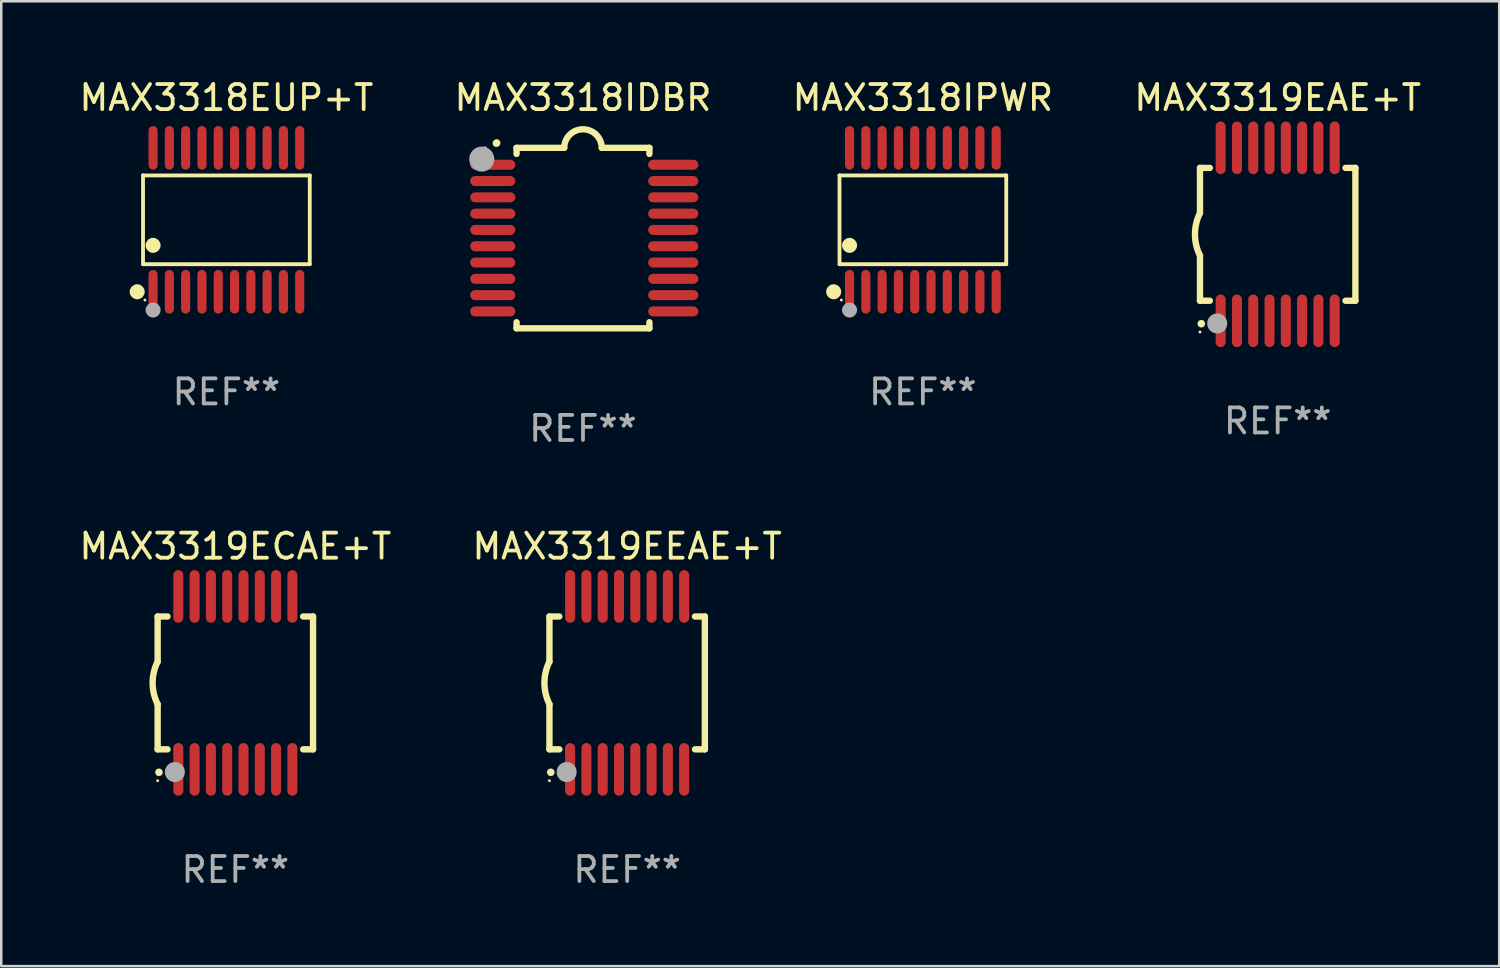
<source format=kicad_pcb>
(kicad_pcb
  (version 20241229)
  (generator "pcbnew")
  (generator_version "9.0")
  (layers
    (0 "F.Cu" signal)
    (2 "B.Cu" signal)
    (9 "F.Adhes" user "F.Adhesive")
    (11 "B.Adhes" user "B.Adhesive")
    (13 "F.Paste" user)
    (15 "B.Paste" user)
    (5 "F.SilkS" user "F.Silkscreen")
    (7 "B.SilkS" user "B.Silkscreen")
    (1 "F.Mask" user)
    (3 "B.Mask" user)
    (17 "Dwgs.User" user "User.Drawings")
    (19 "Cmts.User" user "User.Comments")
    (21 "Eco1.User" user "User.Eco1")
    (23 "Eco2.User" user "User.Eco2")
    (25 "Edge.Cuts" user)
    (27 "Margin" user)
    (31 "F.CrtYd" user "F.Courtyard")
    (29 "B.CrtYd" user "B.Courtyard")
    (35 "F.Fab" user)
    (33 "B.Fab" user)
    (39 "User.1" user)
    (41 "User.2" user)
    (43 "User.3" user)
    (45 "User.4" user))
  (footprint "MAX3319EEAE+T"
    (layer "F.Cu")
    (at 21.97 24.195)
    (property "Reference" "MAX3319EEAE+T" (at 0 -5.45 0) (layer "F.SilkS") (effects (font (size 1 1) (thickness 0.15))))
    (attr through_hole)
    (fp_line (start -3.1 -2.65) (end -3.1 -0.85) (stroke (width 0.254) (type solid)) (layer "F.SilkS"))
    (fp_line (start -3.1 -2.65) (end -2.706 -2.65) (stroke (width 0.254) (type solid)) (layer "F.SilkS"))
    (fp_line (start -3.1 2.65) (end -3.1 0.85) (stroke (width 0.254) (type solid)) (layer "F.SilkS"))
    (fp_line (start -3.1 2.65) (end -2.706 2.65) (stroke (width 0.254) (type solid)) (layer "F.SilkS"))
    (fp_line (start 2.706 -2.65) (end 3.1 -2.65) (stroke (width 0.254) (type solid)) (layer "F.SilkS"))
    (fp_line (start 2.706 2.65) (end 3.1 2.65) (stroke (width 0.254) (type solid)) (layer "F.SilkS"))
    (fp_line (start 3.1 -2.65) (end 3.1 2.65) (stroke (width 0.254) (type solid)) (layer "F.SilkS"))
    (fp_arc (start -3.098907 0.850902) (mid -3.300057 0.000523) (end -3.1 -0.850114) (stroke (width 0.254001) (type solid)) (layer "F.SilkS"))
    (fp_arc (start -3.048006 3.566066) (mid -3.046736 3.566061) (end -3.045466 3.566066) (stroke (width 0.3) (type solid)) (layer "F.SilkS"))
    (fp_circle (center -3.1 3.9) (end -3.07 3.9) (stroke (width 0.06) (type solid)) (fill no) (layer "F.SilkS"))
    (fp_circle (center -2.413 3.556) (end -2.213 3.556) (stroke (width 0.4) (type solid)) (fill no) (layer "F.Fab"))
    (fp_text user "REF**" (at 0 7.45 0) (layer "F.Fab") (effects (font (size 1 1) (thickness 0.15))))
    (pad "1" smd oval (at -2.275 3.45 180) (size 0.4 2.1) (layers "F.Cu" "F.Mask" "F.Paste"))
    (pad "2" smd oval (at -1.625 3.45 180) (size 0.4 2.1) (layers "F.Cu" "F.Mask" "F.Paste"))
    (pad "3" smd oval (at -0.975 3.45 180) (size 0.4 2.1) (layers "F.Cu" "F.Mask" "F.Paste"))
    (pad "4" smd oval (at -0.325 3.45 180) (size 0.4 2.1) (layers "F.Cu" "F.Mask" "F.Paste"))
    (pad "5" smd oval (at 0.325 3.45 180) (size 0.4 2.1) (layers "F.Cu" "F.Mask" "F.Paste"))
    (pad "6" smd oval (at 0.975 3.45 180) (size 0.4 2.1) (layers "F.Cu" "F.Mask" "F.Paste"))
    (pad "7" smd oval (at 1.625 3.45 180) (size 0.4 2.1) (layers "F.Cu" "F.Mask" "F.Paste"))
    (pad "8" smd oval (at 2.275 3.45 180) (size 0.4 2.1) (layers "F.Cu" "F.Mask" "F.Paste"))
    (pad "9" smd oval (at 2.275 -3.45 180) (size 0.4 2.1) (layers "F.Cu" "F.Mask" "F.Paste"))
    (pad "10" smd oval (at 1.625 -3.45 180) (size 0.4 2.1) (layers "F.Cu" "F.Mask" "F.Paste"))
    (pad "11" smd oval (at 0.975 -3.45 180) (size 0.4 2.1) (layers "F.Cu" "F.Mask" "F.Paste"))
    (pad "12" smd oval (at 0.325 -3.45 180) (size 0.4 2.1) (layers "F.Cu" "F.Mask" "F.Paste"))
    (pad "13" smd oval (at -0.325 -3.45 180) (size 0.4 2.1) (layers "F.Cu" "F.Mask" "F.Paste"))
    (pad "14" smd oval (at -0.975 -3.45 180) (size 0.4 2.1) (layers "F.Cu" "F.Mask" "F.Paste"))
    (pad "15" smd oval (at -1.625 -3.45 180) (size 0.4 2.1) (layers "F.Cu" "F.Mask" "F.Paste"))
    (pad "16" smd oval (at -2.275 -3.45 180) (size 0.4 2.1) (layers "F.Cu" "F.Mask" "F.Paste")))
  (footprint "MAX3318IPWR"
    (layer "F.Cu")
    (at 33.768 5.719)
    (property "Reference" "MAX3318IPWR" (at 0 -4.871 0) (layer "F.SilkS") (effects (font (size 1 1) (thickness 0.15))))
    (attr through_hole)
    (fp_line (start -3.326 -1.771) (end 3.326 -1.771) (stroke (width 0.152) (type solid)) (layer "F.SilkS"))
    (fp_line (start -3.326 1.771) (end -3.326 -1.771) (stroke (width 0.152) (type solid)) (layer "F.SilkS"))
    (fp_line (start 3.326 -1.771) (end 3.326 1.771) (stroke (width 0.152) (type solid)) (layer "F.SilkS"))
    (fp_line (start 3.326 1.771) (end -3.326 1.771) (stroke (width 0.152) (type solid)) (layer "F.SilkS"))
    (fp_circle (center -3.559 2.871) (end -3.409 2.871) (stroke (width 0.3) (type solid)) (fill no) (layer "F.SilkS"))
    (fp_circle (center -3.25 3.2) (end -3.22 3.2) (stroke (width 0.06) (type solid)) (fill no) (layer "F.SilkS"))
    (fp_circle (center -2.925 1.019) (end -2.775 1.019) (stroke (width 0.3) (type solid)) (fill no) (layer "F.SilkS"))
    (fp_circle (center -2.925 3.6) (end -2.775 3.6) (stroke (width 0.3) (type solid)) (fill no) (layer "F.Fab"))
    (fp_text user "REF**" (at 0 6.871 0) (layer "F.Fab") (effects (font (size 1 1) (thickness 0.15))))
    (pad "1" smd oval (at -2.925 2.871) (size 0.364 1.742) (layers "F.Cu" "F.Mask" "F.Paste"))
    (pad "2" smd oval (at -2.275 2.871) (size 0.364 1.742) (layers "F.Cu" "F.Mask" "F.Paste"))
    (pad "3" smd oval (at -1.625 2.871) (size 0.364 1.742) (layers "F.Cu" "F.Mask" "F.Paste"))
    (pad "4" smd oval (at -0.975 2.871) (size 0.364 1.742) (layers "F.Cu" "F.Mask" "F.Paste"))
    (pad "5" smd oval (at -0.325 2.871) (size 0.364 1.742) (layers "F.Cu" "F.Mask" "F.Paste"))
    (pad "6" smd oval (at 0.325 2.871) (size 0.364 1.742) (layers "F.Cu" "F.Mask" "F.Paste"))
    (pad "7" smd oval (at 0.975 2.871) (size 0.364 1.742) (layers "F.Cu" "F.Mask" "F.Paste"))
    (pad "8" smd oval (at 1.625 2.871) (size 0.364 1.742) (layers "F.Cu" "F.Mask" "F.Paste"))
    (pad "9" smd oval (at 2.275 2.871) (size 0.364 1.742) (layers "F.Cu" "F.Mask" "F.Paste"))
    (pad "10" smd oval (at 2.925 2.871) (size 0.364 1.742) (layers "F.Cu" "F.Mask" "F.Paste"))
    (pad "11" smd oval (at 2.925 -2.871) (size 0.364 1.742) (layers "F.Cu" "F.Mask" "F.Paste"))
    (pad "12" smd oval (at 2.275 -2.871) (size 0.364 1.742) (layers "F.Cu" "F.Mask" "F.Paste"))
    (pad "13" smd oval (at 1.625 -2.871) (size 0.364 1.742) (layers "F.Cu" "F.Mask" "F.Paste"))
    (pad "14" smd oval (at 0.975 -2.871) (size 0.364 1.742) (layers "F.Cu" "F.Mask" "F.Paste"))
    (pad "15" smd oval (at 0.325 -2.871) (size 0.364 1.742) (layers "F.Cu" "F.Mask" "F.Paste"))
    (pad "16" smd oval (at -0.325 -2.871) (size 0.364 1.742) (layers "F.Cu" "F.Mask" "F.Paste"))
    (pad "17" smd oval (at -0.975 -2.871) (size 0.364 1.742) (layers "F.Cu" "F.Mask" "F.Paste"))
    (pad "18" smd oval (at -1.625 -2.871) (size 0.364 1.742) (layers "F.Cu" "F.Mask" "F.Paste"))
    (pad "19" smd oval (at -2.275 -2.871) (size 0.364 1.742) (layers "F.Cu" "F.Mask" "F.Paste"))
    (pad "20" smd oval (at -2.925 -2.871) (size 0.364 1.742) (layers "F.Cu" "F.Mask" "F.Paste")))
  (footprint "MAX3319ECAE+T"
    (layer "F.Cu")
    (at 6.339 24.195)
    (property "Reference" "MAX3319ECAE+T" (at 0 -5.45 0) (layer "F.SilkS") (effects (font (size 1 1) (thickness 0.15))))
    (attr through_hole)
    (fp_line (start -3.1 -2.65) (end -3.1 -0.85) (stroke (width 0.254) (type solid)) (layer "F.SilkS"))
    (fp_line (start -3.1 -2.65) (end -2.706 -2.65) (stroke (width 0.254) (type solid)) (layer "F.SilkS"))
    (fp_line (start -3.1 2.65) (end -3.1 0.85) (stroke (width 0.254) (type solid)) (layer "F.SilkS"))
    (fp_line (start -3.1 2.65) (end -2.706 2.65) (stroke (width 0.254) (type solid)) (layer "F.SilkS"))
    (fp_line (start 2.706 -2.65) (end 3.1 -2.65) (stroke (width 0.254) (type solid)) (layer "F.SilkS"))
    (fp_line (start 2.706 2.65) (end 3.1 2.65) (stroke (width 0.254) (type solid)) (layer "F.SilkS"))
    (fp_line (start 3.1 -2.65) (end 3.1 2.65) (stroke (width 0.254) (type solid)) (layer "F.SilkS"))
    (fp_arc (start -3.098907 0.850902) (mid -3.300057 0.000523) (end -3.1 -0.850114) (stroke (width 0.254001) (type solid)) (layer "F.SilkS"))
    (fp_arc (start -3.048006 3.566066) (mid -3.046736 3.566061) (end -3.045466 3.566066) (stroke (width 0.3) (type solid)) (layer "F.SilkS"))
    (fp_circle (center -3.1 3.9) (end -3.07 3.9) (stroke (width 0.06) (type solid)) (fill no) (layer "F.SilkS"))
    (fp_circle (center -2.413 3.556) (end -2.213 3.556) (stroke (width 0.4) (type solid)) (fill no) (layer "F.Fab"))
    (fp_text user "REF**" (at 0 7.45 0) (layer "F.Fab") (effects (font (size 1 1) (thickness 0.15))))
    (pad "1" smd oval (at -2.275 3.45 180) (size 0.4 2.1) (layers "F.Cu" "F.Mask" "F.Paste"))
    (pad "2" smd oval (at -1.625 3.45 180) (size 0.4 2.1) (layers "F.Cu" "F.Mask" "F.Paste"))
    (pad "3" smd oval (at -0.975 3.45 180) (size 0.4 2.1) (layers "F.Cu" "F.Mask" "F.Paste"))
    (pad "4" smd oval (at -0.325 3.45 180) (size 0.4 2.1) (layers "F.Cu" "F.Mask" "F.Paste"))
    (pad "5" smd oval (at 0.325 3.45 180) (size 0.4 2.1) (layers "F.Cu" "F.Mask" "F.Paste"))
    (pad "6" smd oval (at 0.975 3.45 180) (size 0.4 2.1) (layers "F.Cu" "F.Mask" "F.Paste"))
    (pad "7" smd oval (at 1.625 3.45 180) (size 0.4 2.1) (layers "F.Cu" "F.Mask" "F.Paste"))
    (pad "8" smd oval (at 2.275 3.45 180) (size 0.4 2.1) (layers "F.Cu" "F.Mask" "F.Paste"))
    (pad "9" smd oval (at 2.275 -3.45 180) (size 0.4 2.1) (layers "F.Cu" "F.Mask" "F.Paste"))
    (pad "10" smd oval (at 1.625 -3.45 180) (size 0.4 2.1) (layers "F.Cu" "F.Mask" "F.Paste"))
    (pad "11" smd oval (at 0.975 -3.45 180) (size 0.4 2.1) (layers "F.Cu" "F.Mask" "F.Paste"))
    (pad "12" smd oval (at 0.325 -3.45 180) (size 0.4 2.1) (layers "F.Cu" "F.Mask" "F.Paste"))
    (pad "13" smd oval (at -0.325 -3.45 180) (size 0.4 2.1) (layers "F.Cu" "F.Mask" "F.Paste"))
    (pad "14" smd oval (at -0.975 -3.45 180) (size 0.4 2.1) (layers "F.Cu" "F.Mask" "F.Paste"))
    (pad "15" smd oval (at -1.625 -3.45 180) (size 0.4 2.1) (layers "F.Cu" "F.Mask" "F.Paste"))
    (pad "16" smd oval (at -2.275 -3.45 180) (size 0.4 2.1) (layers "F.Cu" "F.Mask" "F.Paste")))
  (footprint "MAX3318EUP+T"
    (layer "F.Cu")
    (at 5.982 5.719)
    (property "Reference" "MAX3318EUP+T" (at 0 -4.871 0) (layer "F.SilkS") (effects (font (size 1 1) (thickness 0.15))))
    (attr through_hole)
    (fp_line (start -3.326 -1.771) (end 3.326 -1.771) (stroke (width 0.152) (type solid)) (layer "F.SilkS"))
    (fp_line (start -3.326 1.771) (end -3.326 -1.771) (stroke (width 0.152) (type solid)) (layer "F.SilkS"))
    (fp_line (start 3.326 -1.771) (end 3.326 1.771) (stroke (width 0.152) (type solid)) (layer "F.SilkS"))
    (fp_line (start 3.326 1.771) (end -3.326 1.771) (stroke (width 0.152) (type solid)) (layer "F.SilkS"))
    (fp_circle (center -3.559 2.871) (end -3.409 2.871) (stroke (width 0.3) (type solid)) (fill no) (layer "F.SilkS"))
    (fp_circle (center -3.25 3.2) (end -3.22 3.2) (stroke (width 0.06) (type solid)) (fill no) (layer "F.SilkS"))
    (fp_circle (center -2.925 1.019) (end -2.775 1.019) (stroke (width 0.3) (type solid)) (fill no) (layer "F.SilkS"))
    (fp_circle (center -2.925 3.6) (end -2.775 3.6) (stroke (width 0.3) (type solid)) (fill no) (layer "F.Fab"))
    (fp_text user "REF**" (at 0 6.871 0) (layer "F.Fab") (effects (font (size 1 1) (thickness 0.15))))
    (pad "1" smd oval (at -2.925 2.871) (size 0.364 1.742) (layers "F.Cu" "F.Mask" "F.Paste"))
    (pad "2" smd oval (at -2.275 2.871) (size 0.364 1.742) (layers "F.Cu" "F.Mask" "F.Paste"))
    (pad "3" smd oval (at -1.625 2.871) (size 0.364 1.742) (layers "F.Cu" "F.Mask" "F.Paste"))
    (pad "4" smd oval (at -0.975 2.871) (size 0.364 1.742) (layers "F.Cu" "F.Mask" "F.Paste"))
    (pad "5" smd oval (at -0.325 2.871) (size 0.364 1.742) (layers "F.Cu" "F.Mask" "F.Paste"))
    (pad "6" smd oval (at 0.325 2.871) (size 0.364 1.742) (layers "F.Cu" "F.Mask" "F.Paste"))
    (pad "7" smd oval (at 0.975 2.871) (size 0.364 1.742) (layers "F.Cu" "F.Mask" "F.Paste"))
    (pad "8" smd oval (at 1.625 2.871) (size 0.364 1.742) (layers "F.Cu" "F.Mask" "F.Paste"))
    (pad "9" smd oval (at 2.275 2.871) (size 0.364 1.742) (layers "F.Cu" "F.Mask" "F.Paste"))
    (pad "10" smd oval (at 2.925 2.871) (size 0.364 1.742) (layers "F.Cu" "F.Mask" "F.Paste"))
    (pad "11" smd oval (at 2.925 -2.871) (size 0.364 1.742) (layers "F.Cu" "F.Mask" "F.Paste"))
    (pad "12" smd oval (at 2.275 -2.871) (size 0.364 1.742) (layers "F.Cu" "F.Mask" "F.Paste"))
    (pad "13" smd oval (at 1.625 -2.871) (size 0.364 1.742) (layers "F.Cu" "F.Mask" "F.Paste"))
    (pad "14" smd oval (at 0.975 -2.871) (size 0.364 1.742) (layers "F.Cu" "F.Mask" "F.Paste"))
    (pad "15" smd oval (at 0.325 -2.871) (size 0.364 1.742) (layers "F.Cu" "F.Mask" "F.Paste"))
    (pad "16" smd oval (at -0.325 -2.871) (size 0.364 1.742) (layers "F.Cu" "F.Mask" "F.Paste"))
    (pad "17" smd oval (at -0.975 -2.871) (size 0.364 1.742) (layers "F.Cu" "F.Mask" "F.Paste"))
    (pad "18" smd oval (at -1.625 -2.871) (size 0.364 1.742) (layers "F.Cu" "F.Mask" "F.Paste"))
    (pad "19" smd oval (at -2.275 -2.871) (size 0.364 1.742) (layers "F.Cu" "F.Mask" "F.Paste"))
    (pad "20" smd oval (at -2.925 -2.871) (size 0.364 1.742) (layers "F.Cu" "F.Mask" "F.Paste")))
  (footprint "MAX3318IDBR"
    (layer "F.Cu")
    (at 20.208 6.448)
    (property "Reference" "MAX3318IDBR" (at 0 -5.6 0) (layer "F.SilkS") (effects (font (size 1 1) (thickness 0.15))))
    (attr through_hole)
    (fp_line (start -2.65 -3.6) (end -2.65 -3.357) (stroke (width 0.254) (type solid)) (layer "F.SilkS"))
    (fp_line (start -2.65 -3.6) (end -0.75 -3.6) (stroke (width 0.254) (type solid)) (layer "F.SilkS"))
    (fp_line (start -2.65 3.357) (end -2.65 3.6) (stroke (width 0.254) (type solid)) (layer "F.SilkS"))
    (fp_line (start 2.65 -3.6) (end 0.75 -3.6) (stroke (width 0.254) (type solid)) (layer "F.SilkS"))
    (fp_line (start 2.65 -3.6) (end 2.65 -3.357) (stroke (width 0.254) (type solid)) (layer "F.SilkS"))
    (fp_line (start 2.65 3.357) (end 2.65 3.6) (stroke (width 0.254) (type solid)) (layer "F.SilkS"))
    (fp_line (start 2.65 3.6) (end -2.65 3.6) (stroke (width 0.254) (type solid)) (layer "F.SilkS"))
    (fp_arc (start -3.454407 -3.784608) (mid -3.449499 -3.78986) (end -3.444247 -3.794768) (stroke (width 0.3) (type solid)) (layer "F.SilkS"))
    (fp_arc (start -0.749301 -3.599186) (mid -0.000051 -4.348844) (end 0.750013 -3.6) (stroke (width 0.254001) (type solid)) (layer "F.SilkS"))
    (fp_circle (center -3.9 -3.6) (end -3.87 -3.6) (stroke (width 0.06) (type solid)) (fill no) (layer "F.SilkS"))
    (fp_circle (center -4.039 -3.15) (end -3.789 -3.15) (stroke (width 0.5) (type solid)) (fill no) (layer "F.Fab"))
    (fp_text user "REF**" (at 0 7.6 0) (layer "F.Fab") (effects (font (size 1 1) (thickness 0.15))))
    (pad "1" smd oval (at -3.6 -2.926 90) (size 0.4 1.8) (layers "F.Cu" "F.Mask" "F.Paste"))
    (pad "2" smd oval (at -3.6 -2.276 90) (size 0.4 1.8) (layers "F.Cu" "F.Mask" "F.Paste"))
    (pad "3" smd oval (at -3.6 -1.626 90) (size 0.4 1.8) (layers "F.Cu" "F.Mask" "F.Paste"))
    (pad "4" smd oval (at -3.6 -0.975 90) (size 0.4 1.8) (layers "F.Cu" "F.Mask" "F.Paste"))
    (pad "5" smd oval (at -3.6 -0.325 90) (size 0.4 1.8) (layers "F.Cu" "F.Mask" "F.Paste"))
    (pad "6" smd oval (at -3.6 0.325 90) (size 0.4 1.8) (layers "F.Cu" "F.Mask" "F.Paste"))
    (pad "7" smd oval (at -3.6 0.975 90) (size 0.4 1.8) (layers "F.Cu" "F.Mask" "F.Paste"))
    (pad "8" smd oval (at -3.6 1.626 90) (size 0.4 1.8) (layers "F.Cu" "F.Mask" "F.Paste"))
    (pad "9" smd oval (at -3.6 2.276 90) (size 0.4 1.8) (layers "F.Cu" "F.Mask" "F.Paste"))
    (pad "10" smd oval (at -3.6 2.926 90) (size 0.4 1.8) (layers "F.Cu" "F.Mask" "F.Paste"))
    (pad "11" smd oval (at 3.6 2.926 90) (size 0.4 2) (layers "F.Cu" "F.Mask" "F.Paste"))
    (pad "12" smd oval (at 3.6 2.276 90) (size 0.4 2) (layers "F.Cu" "F.Mask" "F.Paste"))
    (pad "13" smd oval (at 3.6 1.626 90) (size 0.4 2) (layers "F.Cu" "F.Mask" "F.Paste"))
    (pad "14" smd oval (at 3.6 0.975 90) (size 0.4 2) (layers "F.Cu" "F.Mask" "F.Paste"))
    (pad "15" smd oval (at 3.6 0.325 90) (size 0.4 2) (layers "F.Cu" "F.Mask" "F.Paste"))
    (pad "16" smd oval (at 3.6 -0.325 90) (size 0.4 2) (layers "F.Cu" "F.Mask" "F.Paste"))
    (pad "17" smd oval (at 3.6 -0.975 90) (size 0.4 2) (layers "F.Cu" "F.Mask" "F.Paste"))
    (pad "18" smd oval (at 3.6 -1.626 90) (size 0.4 2) (layers "F.Cu" "F.Mask" "F.Paste"))
    (pad "19" smd oval (at 3.6 -2.276 90) (size 0.4 2) (layers "F.Cu" "F.Mask" "F.Paste"))
    (pad "20" smd oval (at 3.6 -2.926 90) (size 0.4 2) (layers "F.Cu" "F.Mask" "F.Paste")))
  (footprint "MAX3319EAE+T"
    (layer "F.Cu")
    (at 47.923 6.298)
    (property "Reference" "MAX3319EAE+T" (at 0 -5.45 0) (layer "F.SilkS") (effects (font (size 1 1) (thickness 0.15))))
    (attr through_hole)
    (fp_line (start -3.1 -2.65) (end -3.1 -0.85) (stroke (width 0.254) (type solid)) (layer "F.SilkS"))
    (fp_line (start -3.1 -2.65) (end -2.706 -2.65) (stroke (width 0.254) (type solid)) (layer "F.SilkS"))
    (fp_line (start -3.1 2.65) (end -3.1 0.85) (stroke (width 0.254) (type solid)) (layer "F.SilkS"))
    (fp_line (start -3.1 2.65) (end -2.706 2.65) (stroke (width 0.254) (type solid)) (layer "F.SilkS"))
    (fp_line (start 2.706 -2.65) (end 3.1 -2.65) (stroke (width 0.254) (type solid)) (layer "F.SilkS"))
    (fp_line (start 2.706 2.65) (end 3.1 2.65) (stroke (width 0.254) (type solid)) (layer "F.SilkS"))
    (fp_line (start 3.1 -2.65) (end 3.1 2.65) (stroke (width 0.254) (type solid)) (layer "F.SilkS"))
    (fp_arc (start -3.098907 0.850902) (mid -3.300057 0.000523) (end -3.1 -0.850114) (stroke (width 0.254001) (type solid)) (layer "F.SilkS"))
    (fp_arc (start -3.048006 3.566066) (mid -3.046736 3.566061) (end -3.045466 3.566066) (stroke (width 0.3) (type solid)) (layer "F.SilkS"))
    (fp_circle (center -3.1 3.9) (end -3.07 3.9) (stroke (width 0.06) (type solid)) (fill no) (layer "F.SilkS"))
    (fp_circle (center -2.413 3.556) (end -2.213 3.556) (stroke (width 0.4) (type solid)) (fill no) (layer "F.Fab"))
    (fp_text user "REF**" (at 0 7.45 0) (layer "F.Fab") (effects (font (size 1 1) (thickness 0.15))))
    (pad "1" smd oval (at -2.275 3.45 180) (size 0.4 2.1) (layers "F.Cu" "F.Mask" "F.Paste"))
    (pad "2" smd oval (at -1.625 3.45 180) (size 0.4 2.1) (layers "F.Cu" "F.Mask" "F.Paste"))
    (pad "3" smd oval (at -0.975 3.45 180) (size 0.4 2.1) (layers "F.Cu" "F.Mask" "F.Paste"))
    (pad "4" smd oval (at -0.325 3.45 180) (size 0.4 2.1) (layers "F.Cu" "F.Mask" "F.Paste"))
    (pad "5" smd oval (at 0.325 3.45 180) (size 0.4 2.1) (layers "F.Cu" "F.Mask" "F.Paste"))
    (pad "6" smd oval (at 0.975 3.45 180) (size 0.4 2.1) (layers "F.Cu" "F.Mask" "F.Paste"))
    (pad "7" smd oval (at 1.625 3.45 180) (size 0.4 2.1) (layers "F.Cu" "F.Mask" "F.Paste"))
    (pad "8" smd oval (at 2.275 3.45 180) (size 0.4 2.1) (layers "F.Cu" "F.Mask" "F.Paste"))
    (pad "9" smd oval (at 2.275 -3.45 180) (size 0.4 2.1) (layers "F.Cu" "F.Mask" "F.Paste"))
    (pad "10" smd oval (at 1.625 -3.45 180) (size 0.4 2.1) (layers "F.Cu" "F.Mask" "F.Paste"))
    (pad "11" smd oval (at 0.975 -3.45 180) (size 0.4 2.1) (layers "F.Cu" "F.Mask" "F.Paste"))
    (pad "12" smd oval (at 0.325 -3.45 180) (size 0.4 2.1) (layers "F.Cu" "F.Mask" "F.Paste"))
    (pad "13" smd oval (at -0.325 -3.45 180) (size 0.4 2.1) (layers "F.Cu" "F.Mask" "F.Paste"))
    (pad "14" smd oval (at -0.975 -3.45 180) (size 0.4 2.1) (layers "F.Cu" "F.Mask" "F.Paste"))
    (pad "15" smd oval (at -1.625 -3.45 180) (size 0.4 2.1) (layers "F.Cu" "F.Mask" "F.Paste"))
    (pad "16" smd oval (at -2.275 -3.45 180) (size 0.4 2.1) (layers "F.Cu" "F.Mask" "F.Paste")))
  (gr_rect
    (start -3 -3)
    (end 56.762 35.493)
    (stroke (width 0.1) (type default))
    (fill no)
    (layer "Edge.Cuts")))
</source>
